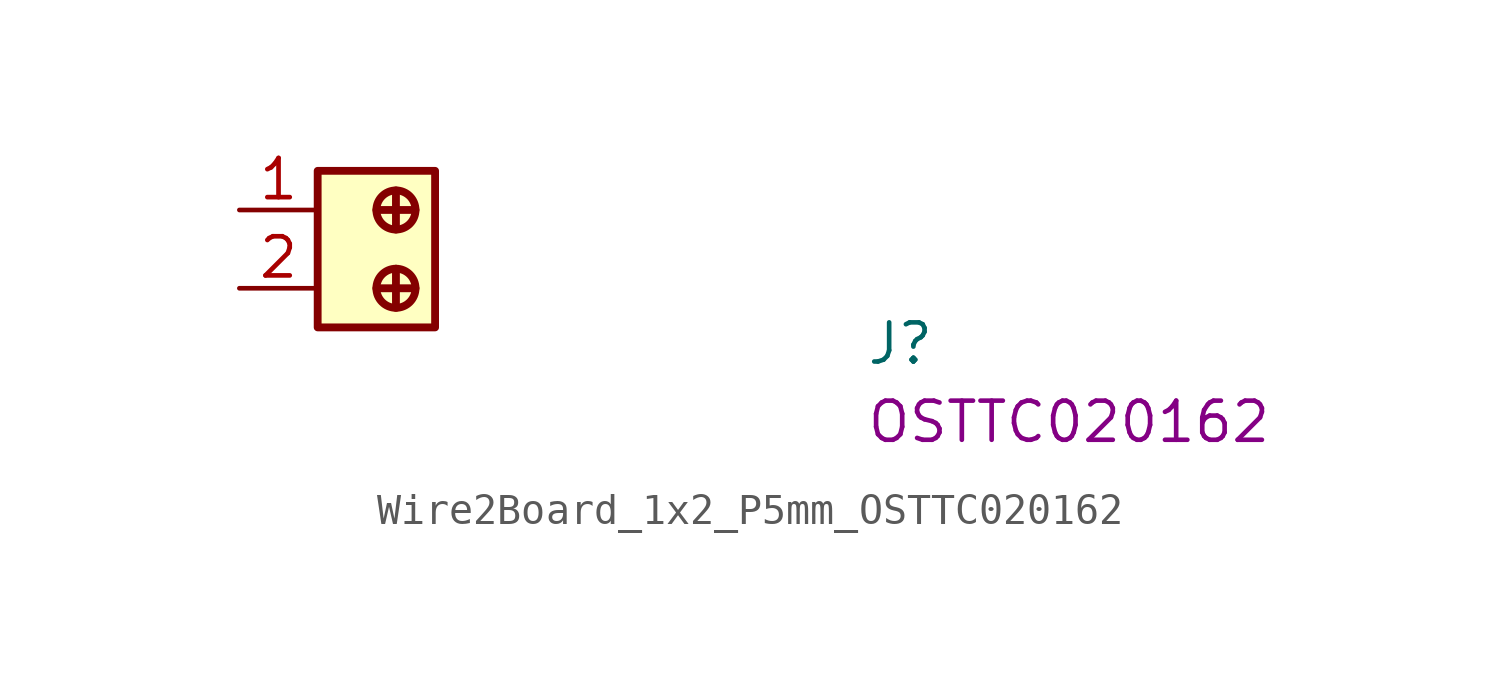
<source format=kicad_sym>
(kicad_symbol_lib
  (version 20220914)
  (generator kicad_symbol_editor)
  (symbol "Wire2Board_1x2_P5mm_OSTTC020162"
    (property "Reference" "J"
      (at 20.32 -5.08 0)
      (effects (font (size 1.27 1.27) (thickness 0.15)) (justify left bottom)))
    (property "MPN" "OSTTC020162"
      (at 20.32 -7.62 0)
      (effects (font (size 1.27 1.27) (thickness 0.15)) (justify left bottom)))
    (symbol "Wire2Board_1x2_P5mm_OSTTC020162_1_1"
      (polyline (pts (xy 4.445 -2.54) (xy 5.715 -2.54)) (stroke (width 0.254) (type default)) (fill (type background)))
      (polyline (pts (xy 4.445 0) (xy 5.715 0)) (stroke (width 0.254) (type default)) (fill (type background)))
      (polyline (pts (xy 5.08 -1.905) (xy 5.08 -3.175)) (stroke (width 0.254) (type default)) (fill (type background)))
      (polyline (pts (xy 5.08 -0.635) (xy 5.08 0.635)) (stroke (width 0.254) (type default)) (fill (type background)))
      (circle (center 5.08 -2.54) (radius 0.635) (stroke (width 0.254) (type default)) (fill (type background)))
      (circle (center 5.08 0) (radius 0.635) (stroke (width 0.254) (type default)) (fill (type background)))
      (rectangle (start 6.35 -3.81) (end 2.54 1.27) (stroke (width 0.254) (type default)) (fill (type background)))
      (pin passive line (at 0 0 0) (length 2.54) (name "~" (effects (font (size 1.27 1.27)))) (number "1" (effects (font (size 1.27 1.27)))))
      (pin passive line (at 0 -2.54 0) (length 2.54) (name "~" (effects (font (size 1.27 1.27)))) (number "2" (effects (font (size 1.27 1.27))))))))
</source>
